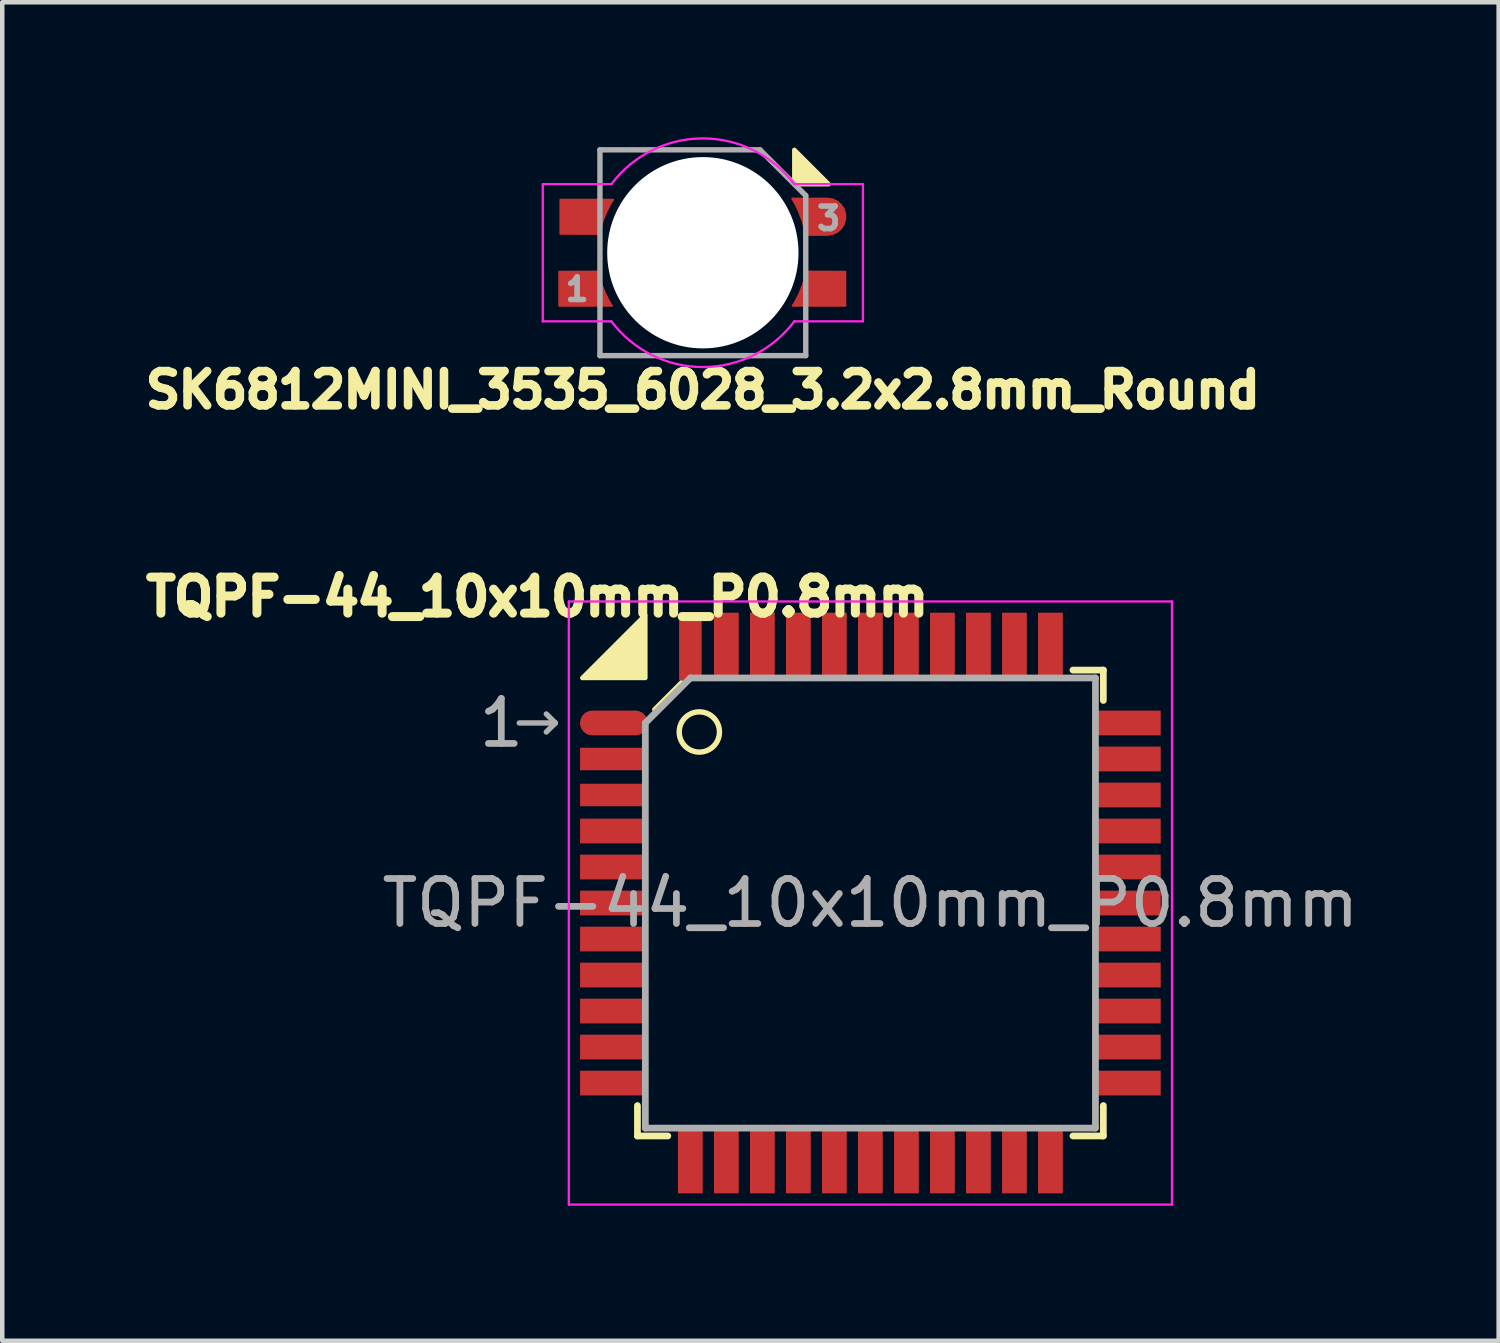
<source format=kicad_pcb>
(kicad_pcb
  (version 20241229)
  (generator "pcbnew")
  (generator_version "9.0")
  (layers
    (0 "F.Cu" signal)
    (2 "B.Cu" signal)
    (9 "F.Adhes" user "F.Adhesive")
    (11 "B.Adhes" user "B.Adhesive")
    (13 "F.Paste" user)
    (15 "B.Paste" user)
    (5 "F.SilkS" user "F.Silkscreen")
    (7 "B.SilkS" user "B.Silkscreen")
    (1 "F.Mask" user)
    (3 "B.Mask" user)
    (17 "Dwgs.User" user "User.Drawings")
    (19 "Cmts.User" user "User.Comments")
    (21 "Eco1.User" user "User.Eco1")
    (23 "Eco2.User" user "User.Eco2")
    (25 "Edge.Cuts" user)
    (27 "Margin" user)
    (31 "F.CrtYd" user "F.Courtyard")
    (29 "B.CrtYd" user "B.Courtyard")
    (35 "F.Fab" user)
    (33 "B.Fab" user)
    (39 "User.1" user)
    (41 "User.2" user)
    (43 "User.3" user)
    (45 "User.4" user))
  (footprint "SK6812MINI_3535_6028_3.2x2.8mm_Round"
    (layer "F.Cu")
    (at 12.565 2.565)
    (property "Reference" "SK6812MINI_3535_6028_3.2x2.8mm_Round" (at 0 3.048 180) (layer "F.SilkS") (effects (font (size 0.762 0.762) (thickness 0.191))))
    (attr smd)
    (fp_poly (pts (xy 2.794 -1.524) (xy 2.032 -1.524) (xy 2.032 -2.286)) (stroke (width 0.1) (type solid)) (fill yes) (layer "F.SilkS"))
    (fp_line (start -3.556 -1.524) (end -3.556 1.524) (stroke (width 0.051) (type solid)) (layer "F.CrtYd"))
    (fp_line (start -3.556 1.524) (end -2.032 1.524) (stroke (width 0.051) (type solid)) (layer "F.CrtYd"))
    (fp_line (start -2.032 -1.524) (end -3.556 -1.524) (stroke (width 0.051) (type solid)) (layer "F.CrtYd"))
    (fp_line (start 2.032 1.524) (end 3.556 1.524) (stroke (width 0.051) (type solid)) (layer "F.CrtYd"))
    (fp_line (start 3.556 -1.524) (end 2.032 -1.524) (stroke (width 0.051) (type solid)) (layer "F.CrtYd"))
    (fp_line (start 3.556 1.524) (end 3.556 -1.524) (stroke (width 0.051) (type solid)) (layer "F.CrtYd"))
    (fp_arc (start -2.033058 -1.522587) (mid -0.000883 -2.539999) (end 2.031999 -1.524) (stroke (width 0.0508) (type solid)) (layer "F.CrtYd"))
    (fp_arc (start 2.033058 1.522588) (mid 0.000882 2.54) (end -2.032 1.524) (stroke (width 0.0508) (type solid)) (layer "F.CrtYd"))
    (fp_line (start -2.286 -2.286) (end 1.27 -2.286) (stroke (width 0.12) (type solid)) (layer "F.Fab"))
    (fp_line (start -2.286 2.286) (end -2.286 -2.286) (stroke (width 0.12) (type solid)) (layer "F.Fab"))
    (fp_line (start 1.27 -2.286) (end 2.286 -1.27) (stroke (width 0.12) (type solid)) (layer "F.Fab"))
    (fp_line (start 2.286 -1.27) (end 2.286 2.286) (stroke (width 0.12) (type solid)) (layer "F.Fab"))
    (fp_line (start 2.286 2.286) (end -2.286 2.286) (stroke (width 0.12) (type solid)) (layer "F.Fab"))
    (fp_text user "1" (at -2.794 0.813 180) (layer "F.Fab") (effects (font (size 0.5 0.5) (thickness 0.125))))
    (fp_text user "3" (at 2.794 -0.762 180) (layer "F.Fab") (effects (font (size 0.5 0.5) (thickness 0.125))))
    (pad "" np_thru_hole circle (at 0 0 180) (size 4.25 4.25) (drill 4.25) (layers "*.Cu" "*.Mask"))
    (pad "1" smd custom (at -2.667 0.8 180) (size 0.5 0.5) (layers "F.Cu" "F.Mask" "F.Paste") (options (anchor circle)) (primitives (gr_arc (start -0.65 -0.38) (mid -0.461984 -0.014048) (end -0.346215 0.380753) (width 0.04)) (gr_line (start 0.525 0.38) (end -0.346 0.383) (width 0.04)) (gr_line (start 0.525 0.38) (end 0.525 -0.38) (width 0.04)) (gr_poly (pts (xy -0.325 0.375) (xy 0.525 0.375) (xy 0.525 -0.375) (xy -0.625 -0.375) (xy -0.425 0.025)) (width 0.04) (fill yes)) (gr_line (start 0.525 -0.38) (end -0.65 -0.38) (width 0.04))))
    (pad "2" smd custom (at -2.642 -0.8 180) (size 0.5 0.5) (layers "F.Cu" "F.Mask" "F.Paste") (options (anchor circle)) (primitives (gr_arc (start -0.346215 -0.380753) (mid -0.461984 0.014048) (end -0.65 0.38) (width 0.04)) (gr_line (start 0.525 -0.38) (end -0.346 -0.383) (width 0.04)) (gr_line (start 0.525 -0.38) (end 0.525 0.38) (width 0.04)) (gr_poly (pts (xy -0.325 -0.375) (xy 0.525 -0.375) (xy 0.525 0.375) (xy -0.625 0.375) (xy -0.425 -0.025)) (width 0.04) (fill yes)) (gr_line (start 0.525 0.38) (end -0.65 0.38) (width 0.04))))
    (pad "3" smd custom (at 2.565 -0.8) (size 0.5 0.5) (layers "F.Cu" "F.Mask" "F.Paste") (options (anchor circle)) (primitives (gr_poly (pts (xy -0.55 -0.4) (xy -0.45 -0.2) (xy -0.35 0.025) (xy -0.3 0.25) (xy -0.25 0.4) (xy 0.175 0.4) (xy 0.175 -0.4)) (width 0.04) (fill yes)) (gr_line (start -0.575 -0.4) (end 0.2 -0.4) (width 0.05)) (gr_arc (start -0.575704 -0.399073) (mid -0.388113 -0.01355) (end -0.275001 0.4) (width 0.05)) (gr_arc (start 0.2 -0.4) (mid 0.6 0) (end 0.2 0.4) (width 0.05)) (gr_circle (center 0.2 0) (end 0.4 0) (width 0.4) (fill no)) (gr_line (start -0.275 0.4) (end 0.2 0.4) (width 0.05))))
    (pad "4" smd custom (at 2.642 0.8) (size 0.5 0.5) (layers "F.Cu" "F.Mask" "F.Paste") (options (anchor circle)) (primitives (gr_arc (start -0.346215 -0.380753) (mid -0.461984 0.014048) (end -0.65 0.38) (width 0.04)) (gr_line (start 0.525 -0.38) (end -0.346 -0.383) (width 0.04)) (gr_line (start 0.525 -0.38) (end 0.525 0.38) (width 0.04)) (gr_poly (pts (xy -0.325 -0.375) (xy 0.525 -0.375) (xy 0.525 0.375) (xy -0.625 0.375) (xy -0.425 -0.025)) (width 0.04) (fill yes)) (gr_line (start 0.525 0.38) (end -0.65 0.38) (width 0.04)))))
  (footprint "TQPF-44_10x10mm_P0.8mm"
    (layer "F.Cu")
    (at 16.287 17.012)
    (property "Reference" "TQPF-44_10x10mm_P0.8mm" (at -7.4 -6.8 0) (layer "F.SilkS") (effects (font (size 0.8 0.8) (thickness 0.2))))
    (attr smd)
    (fp_line (start -5.175 5.175) (end -5.175 4.5) (stroke (width 0.15) (type solid)) (layer "F.SilkS"))
    (fp_line (start -5.175 5.175) (end -4.5 5.175) (stroke (width 0.15) (type solid)) (layer "F.SilkS"))
    (fp_line (start -4.8 -4.3) (end -4.2 -4.9) (stroke (width 0.1) (type solid)) (layer "F.SilkS"))
    (fp_line (start 5.175 -5.175) (end 4.5 -5.175) (stroke (width 0.15) (type solid)) (layer "F.SilkS"))
    (fp_line (start 5.175 -5.175) (end 5.175 -4.5) (stroke (width 0.15) (type solid)) (layer "F.SilkS"))
    (fp_line (start 5.175 5.175) (end 4.5 5.175) (stroke (width 0.15) (type solid)) (layer "F.SilkS"))
    (fp_line (start 5.175 5.175) (end 5.175 4.5) (stroke (width 0.15) (type solid)) (layer "F.SilkS"))
    (fp_circle (center -3.8 -3.8) (end -3.353 -3.8) (stroke (width 0.12) (type solid)) (fill no) (layer "F.SilkS"))
    (fp_poly (pts (xy -6.4 -5) (xy -5 -5) (xy -5 -6.4)) (stroke (width 0.1) (type solid)) (fill yes) (layer "F.SilkS"))
    (fp_line (start -6.7 -6.7) (end -6.7 6.7) (stroke (width 0.05) (type solid)) (layer "F.CrtYd"))
    (fp_line (start -6.7 -6.7) (end 6.7 -6.7) (stroke (width 0.05) (type solid)) (layer "F.CrtYd"))
    (fp_line (start -6.7 6.7) (end 6.7 6.7) (stroke (width 0.05) (type solid)) (layer "F.CrtYd"))
    (fp_line (start 6.7 -6.7) (end 6.7 6.7) (stroke (width 0.05) (type solid)) (layer "F.CrtYd"))
    (fp_line (start -7.8 -4) (end -7 -4) (stroke (width 0.12) (type solid)) (layer "F.Fab"))
    (fp_line (start -7 -4) (end -7.2 -4.2) (stroke (width 0.12) (type solid)) (layer "F.Fab"))
    (fp_line (start -7 -4) (end -7.2 -3.8) (stroke (width 0.12) (type solid)) (layer "F.Fab"))
    (fp_line (start -5 -4) (end -4 -5) (stroke (width 0.15) (type solid)) (layer "F.Fab"))
    (fp_line (start -5 5) (end -5 -4) (stroke (width 0.15) (type solid)) (layer "F.Fab"))
    (fp_line (start -4 -5) (end 5 -5) (stroke (width 0.15) (type solid)) (layer "F.Fab"))
    (fp_line (start 5 -5) (end 5 5) (stroke (width 0.15) (type solid)) (layer "F.Fab"))
    (fp_line (start 5 5) (end -5 5) (stroke (width 0.15) (type solid)) (layer "F.Fab"))
    (fp_text user "${REFERENCE}" (at 0 0 0) (layer "F.Fab") (effects (font (size 1 1) (thickness 0.15))))
    (fp_text user "1" (at -8.2 -4 0) (layer "F.Fab") (effects (font (size 1 1) (thickness 0.15))))
    (pad "1" smd oval (at -5.7 -4) (size 1.5 0.55) (layers "F.Cu" "F.Mask" "F.Paste"))
    (pad "2" smd trapezoid (at -5.7 -3.2) (size 1.5 0.5) (layers "F.Cu" "F.Mask" "F.Paste"))
    (pad "3" smd trapezoid (at -5.7 -2.4) (size 1.5 0.5) (layers "F.Cu" "F.Mask" "F.Paste"))
    (pad "4" smd trapezoid (at -5.7 -1.6) (size 1.5 0.55) (layers "F.Cu" "F.Mask" "F.Paste"))
    (pad "5" smd trapezoid (at -5.7 -0.8) (size 1.5 0.55) (layers "F.Cu" "F.Mask" "F.Paste"))
    (pad "6" smd trapezoid (at -5.7 0) (size 1.5 0.55) (layers "F.Cu" "F.Mask" "F.Paste"))
    (pad "7" smd trapezoid (at -5.7 0.8) (size 1.5 0.55) (layers "F.Cu" "F.Mask" "F.Paste"))
    (pad "8" smd trapezoid (at -5.7 1.6) (size 1.5 0.55) (layers "F.Cu" "F.Mask" "F.Paste"))
    (pad "9" smd trapezoid (at -5.7 2.4) (size 1.5 0.55) (layers "F.Cu" "F.Mask" "F.Paste"))
    (pad "10" smd trapezoid (at -5.7 3.2) (size 1.5 0.55) (layers "F.Cu" "F.Mask" "F.Paste"))
    (pad "11" smd trapezoid (at -5.7 4) (size 1.5 0.55) (layers "F.Cu" "F.Mask" "F.Paste"))
    (pad "12" smd trapezoid (at -4 5.7 90) (size 1.5 0.55) (layers "F.Cu" "F.Mask" "F.Paste"))
    (pad "13" smd trapezoid (at -3.2 5.7 90) (size 1.5 0.55) (layers "F.Cu" "F.Mask" "F.Paste"))
    (pad "14" smd trapezoid (at -2.4 5.7 90) (size 1.5 0.55) (layers "F.Cu" "F.Mask" "F.Paste"))
    (pad "15" smd trapezoid (at -1.6 5.7 90) (size 1.5 0.55) (layers "F.Cu" "F.Mask" "F.Paste"))
    (pad "16" smd trapezoid (at -0.8 5.7 90) (size 1.5 0.55) (layers "F.Cu" "F.Mask" "F.Paste"))
    (pad "17" smd trapezoid (at 0 5.7 90) (size 1.5 0.55) (layers "F.Cu" "F.Mask" "F.Paste"))
    (pad "18" smd trapezoid (at 0.8 5.7 90) (size 1.5 0.55) (layers "F.Cu" "F.Mask" "F.Paste"))
    (pad "19" smd trapezoid (at 1.6 5.7 90) (size 1.5 0.55) (layers "F.Cu" "F.Mask" "F.Paste"))
    (pad "20" smd trapezoid (at 2.4 5.7 90) (size 1.5 0.55) (layers "F.Cu" "F.Mask" "F.Paste"))
    (pad "21" smd trapezoid (at 3.2 5.7 90) (size 1.5 0.55) (layers "F.Cu" "F.Mask" "F.Paste"))
    (pad "22" smd trapezoid (at 4 5.7 90) (size 1.5 0.55) (layers "F.Cu" "F.Mask" "F.Paste"))
    (pad "23" smd trapezoid (at 5.7 4) (size 1.5 0.55) (layers "F.Cu" "F.Mask" "F.Paste"))
    (pad "24" smd trapezoid (at 5.7 3.2) (size 1.5 0.55) (layers "F.Cu" "F.Mask" "F.Paste"))
    (pad "25" smd trapezoid (at 5.7 2.4) (size 1.5 0.55) (layers "F.Cu" "F.Mask" "F.Paste"))
    (pad "26" smd trapezoid (at 5.7 1.6) (size 1.5 0.55) (layers "F.Cu" "F.Mask" "F.Paste"))
    (pad "27" smd trapezoid (at 5.7 0.8) (size 1.5 0.55) (layers "F.Cu" "F.Mask" "F.Paste"))
    (pad "28" smd trapezoid (at 5.7 0) (size 1.5 0.55) (layers "F.Cu" "F.Mask" "F.Paste"))
    (pad "29" smd trapezoid (at 5.7 -0.8) (size 1.5 0.55) (layers "F.Cu" "F.Mask" "F.Paste"))
    (pad "30" smd trapezoid (at 5.7 -1.6) (size 1.5 0.55) (layers "F.Cu" "F.Mask" "F.Paste"))
    (pad "31" smd trapezoid (at 5.7 -2.4) (size 1.5 0.55) (layers "F.Cu" "F.Mask" "F.Paste"))
    (pad "32" smd trapezoid (at 5.7 -3.2) (size 1.5 0.55) (layers "F.Cu" "F.Mask" "F.Paste"))
    (pad "33" smd trapezoid (at 5.7 -4) (size 1.5 0.55) (layers "F.Cu" "F.Mask" "F.Paste"))
    (pad "34" smd trapezoid (at 4 -5.7 90) (size 1.5 0.55) (layers "F.Cu" "F.Mask" "F.Paste"))
    (pad "35" smd trapezoid (at 3.2 -5.7 90) (size 1.5 0.55) (layers "F.Cu" "F.Mask" "F.Paste"))
    (pad "36" smd trapezoid (at 2.4 -5.7 90) (size 1.5 0.55) (layers "F.Cu" "F.Mask" "F.Paste"))
    (pad "37" smd trapezoid (at 1.6 -5.7 90) (size 1.5 0.55) (layers "F.Cu" "F.Mask" "F.Paste"))
    (pad "38" smd trapezoid (at 0.8 -5.7 90) (size 1.5 0.55) (layers "F.Cu" "F.Mask" "F.Paste"))
    (pad "39" smd trapezoid (at 0 -5.7 90) (size 1.5 0.55) (layers "F.Cu" "F.Mask" "F.Paste"))
    (pad "40" smd trapezoid (at -0.8 -5.7 90) (size 1.5 0.55) (layers "F.Cu" "F.Mask" "F.Paste"))
    (pad "41" smd trapezoid (at -1.6 -5.7 90) (size 1.5 0.55) (layers "F.Cu" "F.Mask" "F.Paste"))
    (pad "42" smd trapezoid (at -2.4 -5.7 90) (size 1.5 0.55) (layers "F.Cu" "F.Mask" "F.Paste"))
    (pad "43" smd trapezoid (at -3.2 -5.7 90) (size 1.5 0.55) (layers "F.Cu" "F.Mask" "F.Paste"))
    (pad "44" smd trapezoid (at -4 -5.7 90) (size 1.5 0.5) (layers "F.Cu" "F.Mask" "F.Paste")))
  (gr_rect
    (start -3 -3)
    (end 30.245 26.737)
    (stroke (width 0.1) (type default))
    (fill no)
    (layer "Edge.Cuts")))
</source>
